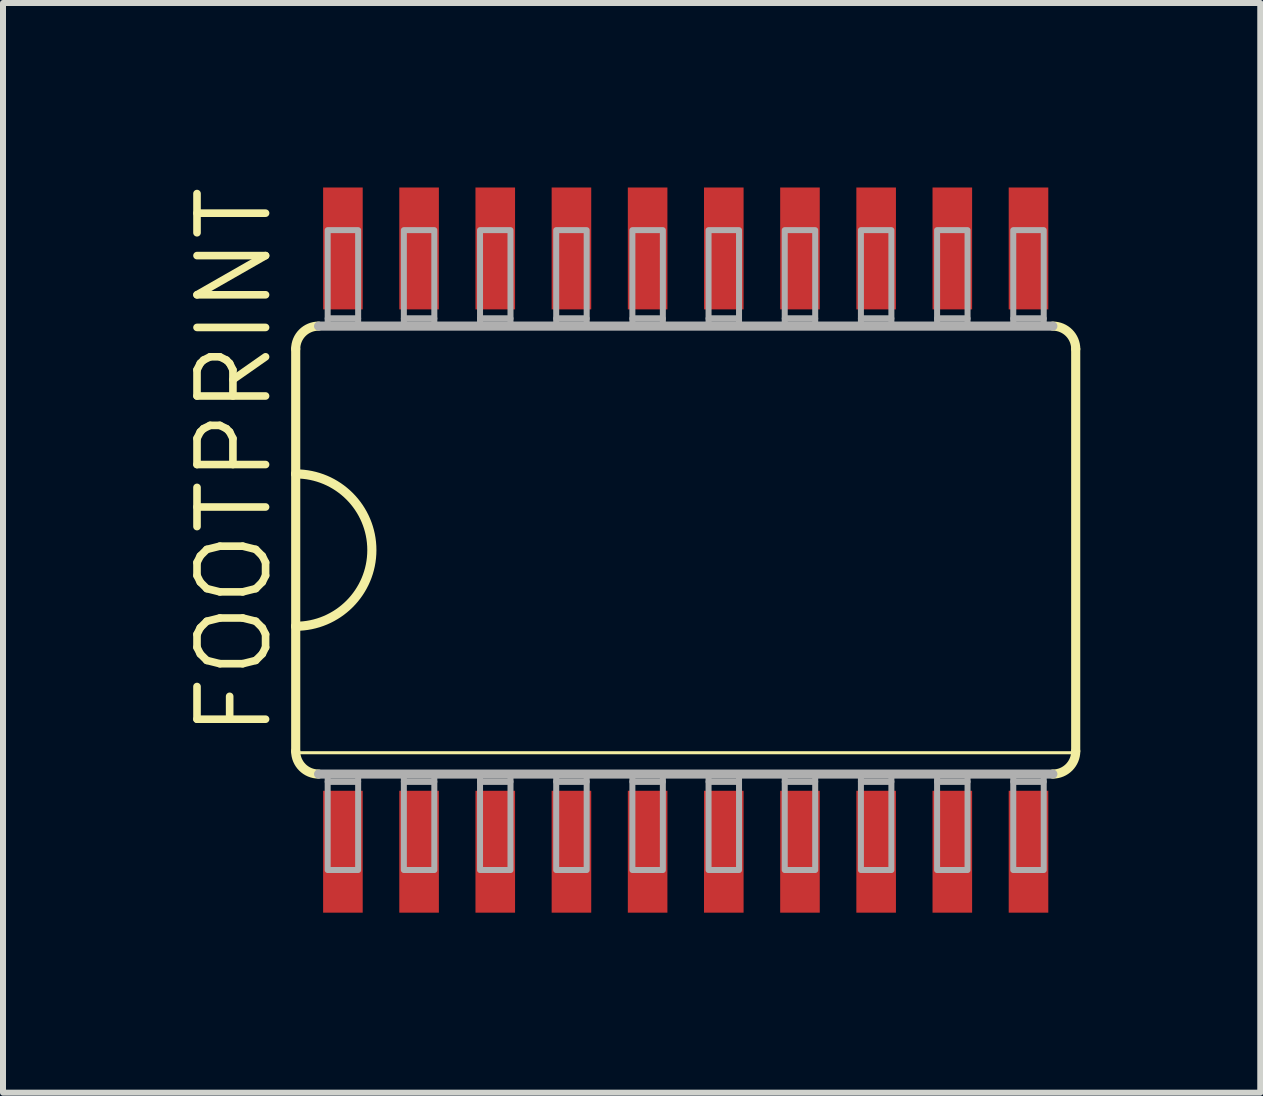
<source format=kicad_pcb>
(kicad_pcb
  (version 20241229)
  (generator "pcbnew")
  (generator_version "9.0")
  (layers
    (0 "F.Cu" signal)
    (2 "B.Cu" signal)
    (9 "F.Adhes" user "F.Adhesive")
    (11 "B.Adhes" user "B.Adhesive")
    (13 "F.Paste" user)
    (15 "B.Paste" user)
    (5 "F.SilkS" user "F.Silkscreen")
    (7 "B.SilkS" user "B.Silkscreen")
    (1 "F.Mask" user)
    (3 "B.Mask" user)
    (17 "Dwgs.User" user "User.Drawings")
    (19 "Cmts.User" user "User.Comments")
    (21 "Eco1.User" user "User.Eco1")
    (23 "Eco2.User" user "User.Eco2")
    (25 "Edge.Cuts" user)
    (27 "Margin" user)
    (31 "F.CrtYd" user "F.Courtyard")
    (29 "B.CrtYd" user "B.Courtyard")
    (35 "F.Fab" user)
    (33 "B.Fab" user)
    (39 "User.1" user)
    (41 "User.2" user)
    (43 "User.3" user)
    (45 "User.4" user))
  (footprint "FOOTPRINT"
    (layer "F.Cu")
    (at 8.382 6.121)
    (property "Reference" "FOOTPRINT" (at -6.858 3.175 90) (layer "F.SilkS") (effects (font (size 1.143 1.143) (thickness 0.127)) (justify left bottom)))
    (fp_line (start -6.502 -3.353) (end -6.502 -1.27) (stroke (width 0.152) (type solid)) (layer "F.SilkS"))
    (fp_line (start -6.502 -1.27) (end -6.502 1.27) (stroke (width 0.152) (type solid)) (layer "F.SilkS"))
    (fp_line (start -6.502 1.27) (end -6.502 3.353) (stroke (width 0.152) (type solid)) (layer "F.SilkS"))
    (fp_line (start -6.477 3.378) (end 6.477 3.378) (stroke (width 0.051) (type solid)) (layer "F.SilkS"))
    (fp_line (start 6.502 3.353) (end 6.502 -3.353) (stroke (width 0.152) (type solid)) (layer "F.SilkS"))
    (fp_arc (start -6.5024 -3.3528) (mid -6.390808 -3.622208) (end -6.1214 -3.7338) (stroke (width 0.1524) (type solid)) (layer "F.SilkS"))
    (fp_arc (start -6.5024 -1.27) (mid -5.2324 0) (end -6.5024 1.27) (stroke (width 0.1524) (type solid)) (layer "F.SilkS"))
    (fp_arc (start -6.1214 3.7338) (mid -6.390808 3.622208) (end -6.5024 3.3528) (stroke (width 0.1524) (type solid)) (layer "F.SilkS"))
    (fp_arc (start 6.1214 -3.7338) (mid 6.390808 -3.622208) (end 6.5024 -3.3528) (stroke (width 0.1524) (type solid)) (layer "F.SilkS"))
    (fp_arc (start 6.5024 3.3528) (mid 6.390808 3.622208) (end 6.1214 3.7338) (stroke (width 0.1524) (type solid)) (layer "F.SilkS"))
    (fp_line (start -6.121 3.734) (end 6.121 3.734) (stroke (width 0.152) (type solid)) (layer "F.Fab"))
    (fp_line (start 6.121 -3.734) (end -6.121 -3.734) (stroke (width 0.152) (type solid)) (layer "F.Fab"))
    (fp_poly (pts (xy -5.969 -3.861) (xy -5.461 -3.861) (xy -5.461 -5.334) (xy -5.969 -5.334)) (stroke (width 0.1) (type solid)) (fill no) (layer "F.Fab"))
    (fp_poly (pts (xy -5.969 -3.734) (xy -5.461 -3.734) (xy -5.461 -3.861) (xy -5.969 -3.861)) (stroke (width 0.1) (type solid)) (fill no) (layer "F.Fab"))
    (fp_poly (pts (xy -5.969 3.861) (xy -5.461 3.861) (xy -5.461 3.734) (xy -5.969 3.734)) (stroke (width 0.1) (type solid)) (fill no) (layer "F.Fab"))
    (fp_poly (pts (xy -5.969 5.334) (xy -5.461 5.334) (xy -5.461 3.861) (xy -5.969 3.861)) (stroke (width 0.1) (type solid)) (fill no) (layer "F.Fab"))
    (fp_poly (pts (xy -4.699 -3.861) (xy -4.191 -3.861) (xy -4.191 -5.334) (xy -4.699 -5.334)) (stroke (width 0.1) (type solid)) (fill no) (layer "F.Fab"))
    (fp_poly (pts (xy -4.699 -3.734) (xy -4.191 -3.734) (xy -4.191 -3.861) (xy -4.699 -3.861)) (stroke (width 0.1) (type solid)) (fill no) (layer "F.Fab"))
    (fp_poly (pts (xy -4.699 3.861) (xy -4.191 3.861) (xy -4.191 3.734) (xy -4.699 3.734)) (stroke (width 0.1) (type solid)) (fill no) (layer "F.Fab"))
    (fp_poly (pts (xy -4.699 5.334) (xy -4.191 5.334) (xy -4.191 3.861) (xy -4.699 3.861)) (stroke (width 0.1) (type solid)) (fill no) (layer "F.Fab"))
    (fp_poly (pts (xy -3.429 -3.861) (xy -2.921 -3.861) (xy -2.921 -5.334) (xy -3.429 -5.334)) (stroke (width 0.1) (type solid)) (fill no) (layer "F.Fab"))
    (fp_poly (pts (xy -3.429 -3.734) (xy -2.921 -3.734) (xy -2.921 -3.861) (xy -3.429 -3.861)) (stroke (width 0.1) (type solid)) (fill no) (layer "F.Fab"))
    (fp_poly (pts (xy -3.429 3.861) (xy -2.921 3.861) (xy -2.921 3.734) (xy -3.429 3.734)) (stroke (width 0.1) (type solid)) (fill no) (layer "F.Fab"))
    (fp_poly (pts (xy -3.429 5.334) (xy -2.921 5.334) (xy -2.921 3.861) (xy -3.429 3.861)) (stroke (width 0.1) (type solid)) (fill no) (layer "F.Fab"))
    (fp_poly (pts (xy -2.159 -3.861) (xy -1.651 -3.861) (xy -1.651 -5.334) (xy -2.159 -5.334)) (stroke (width 0.1) (type solid)) (fill no) (layer "F.Fab"))
    (fp_poly (pts (xy -2.159 -3.734) (xy -1.651 -3.734) (xy -1.651 -3.861) (xy -2.159 -3.861)) (stroke (width 0.1) (type solid)) (fill no) (layer "F.Fab"))
    (fp_poly (pts (xy -2.159 3.861) (xy -1.651 3.861) (xy -1.651 3.734) (xy -2.159 3.734)) (stroke (width 0.1) (type solid)) (fill no) (layer "F.Fab"))
    (fp_poly (pts (xy -2.159 5.334) (xy -1.651 5.334) (xy -1.651 3.861) (xy -2.159 3.861)) (stroke (width 0.1) (type solid)) (fill no) (layer "F.Fab"))
    (fp_poly (pts (xy -0.889 -3.861) (xy -0.381 -3.861) (xy -0.381 -5.334) (xy -0.889 -5.334)) (stroke (width 0.1) (type solid)) (fill no) (layer "F.Fab"))
    (fp_poly (pts (xy -0.889 -3.734) (xy -0.381 -3.734) (xy -0.381 -3.861) (xy -0.889 -3.861)) (stroke (width 0.1) (type solid)) (fill no) (layer "F.Fab"))
    (fp_poly (pts (xy -0.889 3.861) (xy -0.381 3.861) (xy -0.381 3.734) (xy -0.889 3.734)) (stroke (width 0.1) (type solid)) (fill no) (layer "F.Fab"))
    (fp_poly (pts (xy -0.889 5.334) (xy -0.381 5.334) (xy -0.381 3.861) (xy -0.889 3.861)) (stroke (width 0.1) (type solid)) (fill no) (layer "F.Fab"))
    (fp_poly (pts (xy 0.381 -3.861) (xy 0.889 -3.861) (xy 0.889 -5.334) (xy 0.381 -5.334)) (stroke (width 0.1) (type solid)) (fill no) (layer "F.Fab"))
    (fp_poly (pts (xy 0.381 -3.734) (xy 0.889 -3.734) (xy 0.889 -3.861) (xy 0.381 -3.861)) (stroke (width 0.1) (type solid)) (fill no) (layer "F.Fab"))
    (fp_poly (pts (xy 0.381 3.861) (xy 0.889 3.861) (xy 0.889 3.734) (xy 0.381 3.734)) (stroke (width 0.1) (type solid)) (fill no) (layer "F.Fab"))
    (fp_poly (pts (xy 0.381 5.334) (xy 0.889 5.334) (xy 0.889 3.861) (xy 0.381 3.861)) (stroke (width 0.1) (type solid)) (fill no) (layer "F.Fab"))
    (fp_poly (pts (xy 1.651 -3.861) (xy 2.159 -3.861) (xy 2.159 -5.334) (xy 1.651 -5.334)) (stroke (width 0.1) (type solid)) (fill no) (layer "F.Fab"))
    (fp_poly (pts (xy 1.651 -3.734) (xy 2.159 -3.734) (xy 2.159 -3.861) (xy 1.651 -3.861)) (stroke (width 0.1) (type solid)) (fill no) (layer "F.Fab"))
    (fp_poly (pts (xy 1.651 3.861) (xy 2.159 3.861) (xy 2.159 3.734) (xy 1.651 3.734)) (stroke (width 0.1) (type solid)) (fill no) (layer "F.Fab"))
    (fp_poly (pts (xy 1.651 5.334) (xy 2.159 5.334) (xy 2.159 3.861) (xy 1.651 3.861)) (stroke (width 0.1) (type solid)) (fill no) (layer "F.Fab"))
    (fp_poly (pts (xy 2.921 -3.861) (xy 3.429 -3.861) (xy 3.429 -5.334) (xy 2.921 -5.334)) (stroke (width 0.1) (type solid)) (fill no) (layer "F.Fab"))
    (fp_poly (pts (xy 2.921 -3.734) (xy 3.429 -3.734) (xy 3.429 -3.861) (xy 2.921 -3.861)) (stroke (width 0.1) (type solid)) (fill no) (layer "F.Fab"))
    (fp_poly (pts (xy 2.921 3.861) (xy 3.429 3.861) (xy 3.429 3.734) (xy 2.921 3.734)) (stroke (width 0.1) (type solid)) (fill no) (layer "F.Fab"))
    (fp_poly (pts (xy 2.921 5.334) (xy 3.429 5.334) (xy 3.429 3.861) (xy 2.921 3.861)) (stroke (width 0.1) (type solid)) (fill no) (layer "F.Fab"))
    (fp_poly (pts (xy 4.191 -3.861) (xy 4.699 -3.861) (xy 4.699 -5.334) (xy 4.191 -5.334)) (stroke (width 0.1) (type solid)) (fill no) (layer "F.Fab"))
    (fp_poly (pts (xy 4.191 -3.734) (xy 4.699 -3.734) (xy 4.699 -3.861) (xy 4.191 -3.861)) (stroke (width 0.1) (type solid)) (fill no) (layer "F.Fab"))
    (fp_poly (pts (xy 4.191 3.861) (xy 4.699 3.861) (xy 4.699 3.734) (xy 4.191 3.734)) (stroke (width 0.1) (type solid)) (fill no) (layer "F.Fab"))
    (fp_poly (pts (xy 4.191 5.334) (xy 4.699 5.334) (xy 4.699 3.861) (xy 4.191 3.861)) (stroke (width 0.1) (type solid)) (fill no) (layer "F.Fab"))
    (fp_poly (pts (xy 5.461 -3.861) (xy 5.969 -3.861) (xy 5.969 -5.334) (xy 5.461 -5.334)) (stroke (width 0.1) (type solid)) (fill no) (layer "F.Fab"))
    (fp_poly (pts (xy 5.461 -3.734) (xy 5.969 -3.734) (xy 5.969 -3.861) (xy 5.461 -3.861)) (stroke (width 0.1) (type solid)) (fill no) (layer "F.Fab"))
    (fp_poly (pts (xy 5.461 3.861) (xy 5.969 3.861) (xy 5.969 3.734) (xy 5.461 3.734)) (stroke (width 0.1) (type solid)) (fill no) (layer "F.Fab"))
    (fp_poly (pts (xy 5.461 5.334) (xy 5.969 5.334) (xy 5.969 3.861) (xy 5.461 3.861)) (stroke (width 0.1) (type solid)) (fill no) (layer "F.Fab"))
    (pad "1" smd rect (at -5.715 5.029) (size 0.66 2.032) (layers "F.Cu" "F.Mask" "F.Paste"))
    (pad "2" smd rect (at -4.445 5.029) (size 0.66 2.032) (layers "F.Cu" "F.Mask" "F.Paste"))
    (pad "3" smd rect (at -3.175 5.029) (size 0.66 2.032) (layers "F.Cu" "F.Mask" "F.Paste"))
    (pad "4" smd rect (at -1.905 5.029) (size 0.66 2.032) (layers "F.Cu" "F.Mask" "F.Paste"))
    (pad "5" smd rect (at -0.635 5.029) (size 0.66 2.032) (layers "F.Cu" "F.Mask" "F.Paste"))
    (pad "6" smd rect (at 0.635 5.029) (size 0.66 2.032) (layers "F.Cu" "F.Mask" "F.Paste"))
    (pad "7" smd rect (at 1.905 5.029) (size 0.66 2.032) (layers "F.Cu" "F.Mask" "F.Paste"))
    (pad "8" smd rect (at 3.175 5.029) (size 0.66 2.032) (layers "F.Cu" "F.Mask" "F.Paste"))
    (pad "9" smd rect (at 4.445 5.029) (size 0.66 2.032) (layers "F.Cu" "F.Mask" "F.Paste"))
    (pad "10" smd rect (at 5.715 5.029) (size 0.66 2.032) (layers "F.Cu" "F.Mask" "F.Paste"))
    (pad "11" smd rect (at 5.715 -5.029) (size 0.66 2.032) (layers "F.Cu" "F.Mask" "F.Paste"))
    (pad "12" smd rect (at 4.445 -5.029) (size 0.66 2.032) (layers "F.Cu" "F.Mask" "F.Paste"))
    (pad "13" smd rect (at 3.175 -5.029) (size 0.66 2.032) (layers "F.Cu" "F.Mask" "F.Paste"))
    (pad "14" smd rect (at 1.905 -5.029) (size 0.66 2.032) (layers "F.Cu" "F.Mask" "F.Paste"))
    (pad "15" smd rect (at 0.635 -5.029) (size 0.66 2.032) (layers "F.Cu" "F.Mask" "F.Paste"))
    (pad "16" smd rect (at -0.635 -5.029) (size 0.66 2.032) (layers "F.Cu" "F.Mask" "F.Paste"))
    (pad "17" smd rect (at -1.905 -5.029) (size 0.66 2.032) (layers "F.Cu" "F.Mask" "F.Paste"))
    (pad "18" smd rect (at -3.175 -5.029) (size 0.66 2.032) (layers "F.Cu" "F.Mask" "F.Paste"))
    (pad "19" smd rect (at -4.445 -5.029) (size 0.66 2.032) (layers "F.Cu" "F.Mask" "F.Paste"))
    (pad "20" smd rect (at -5.715 -5.029) (size 0.66 2.032) (layers "F.Cu" "F.Mask" "F.Paste")))
  (gr_rect
    (start -3 -3)
    (end 17.961 15.167)
    (stroke (width 0.1) (type default))
    (fill no)
    (layer "Edge.Cuts")))
</source>
